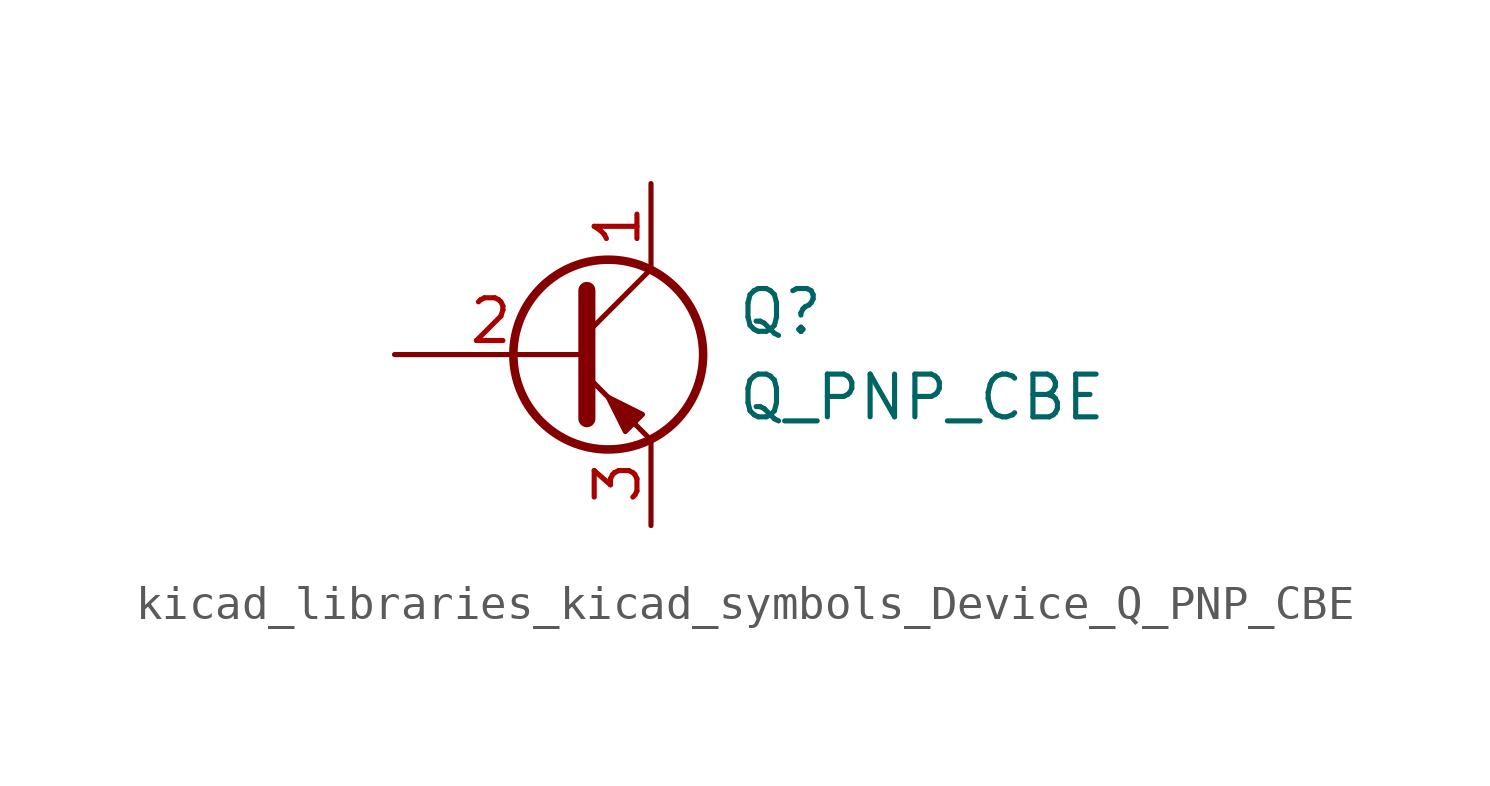
<source format=kicad_sym>
(kicad_symbol_lib
  (version 20220914)
  (generator kicad_symbol_editor)
  (symbol "kicad_libraries_kicad_symbols_Device_Q_PNP_CBE"
    (pin_names
      (offset 0) hide)
    (property "Reference" "Q"
      (at 5.08 1.27 0)
      (effects (font (size 1.27 1.27)) (justify left)))
    (property "Value" "Q_PNP_CBE"
      (at 5.08 -1.27 0)
      (effects (font (size 1.27 1.27)) (justify left)))
    (symbol "kicad_libraries_kicad_symbols_Device_Q_PNP_CBE_0_1"
      (polyline (pts (xy 0.635 0.635) (xy 2.54 2.54)) (stroke (width 0) (type default)) (fill (type none)))
      (polyline (pts (xy 0.635 -0.635) (xy 2.54 -2.54) (xy 2.54 -2.54)) (stroke (width 0) (type default)) (fill (type none)))
      (polyline (pts (xy 0.635 1.905) (xy 0.635 -1.905) (xy 0.635 -1.905)) (stroke (width 0.508) (type default)) (fill (type none)))
      (polyline (pts (xy 2.286 -1.778) (xy 1.778 -2.286) (xy 1.27 -1.27) (xy 2.286 -1.778) (xy 2.286 -1.778)) (stroke (width 0) (type default)) (fill (type outline)))
      (circle (center 1.27 0) (radius 2.819) (stroke (width 0.254) (type default)) (fill (type none))))
    (symbol "kicad_libraries_kicad_symbols_Device_Q_PNP_CBE_1_1"
      (pin passive line (at 2.54 5.08 270) (length 2.54) (name "C" (effects (font (size 1.27 1.27)))) (number "1" (effects (font (size 1.27 1.27)))))
      (pin input line (at -5.08 0 0) (length 5.715) (name "B" (effects (font (size 1.27 1.27)))) (number "2" (effects (font (size 1.27 1.27)))))
      (pin passive line (at 2.54 -5.08 90) (length 2.54) (name "E" (effects (font (size 1.27 1.27)))) (number "3" (effects (font (size 1.27 1.27))))))))
</source>
